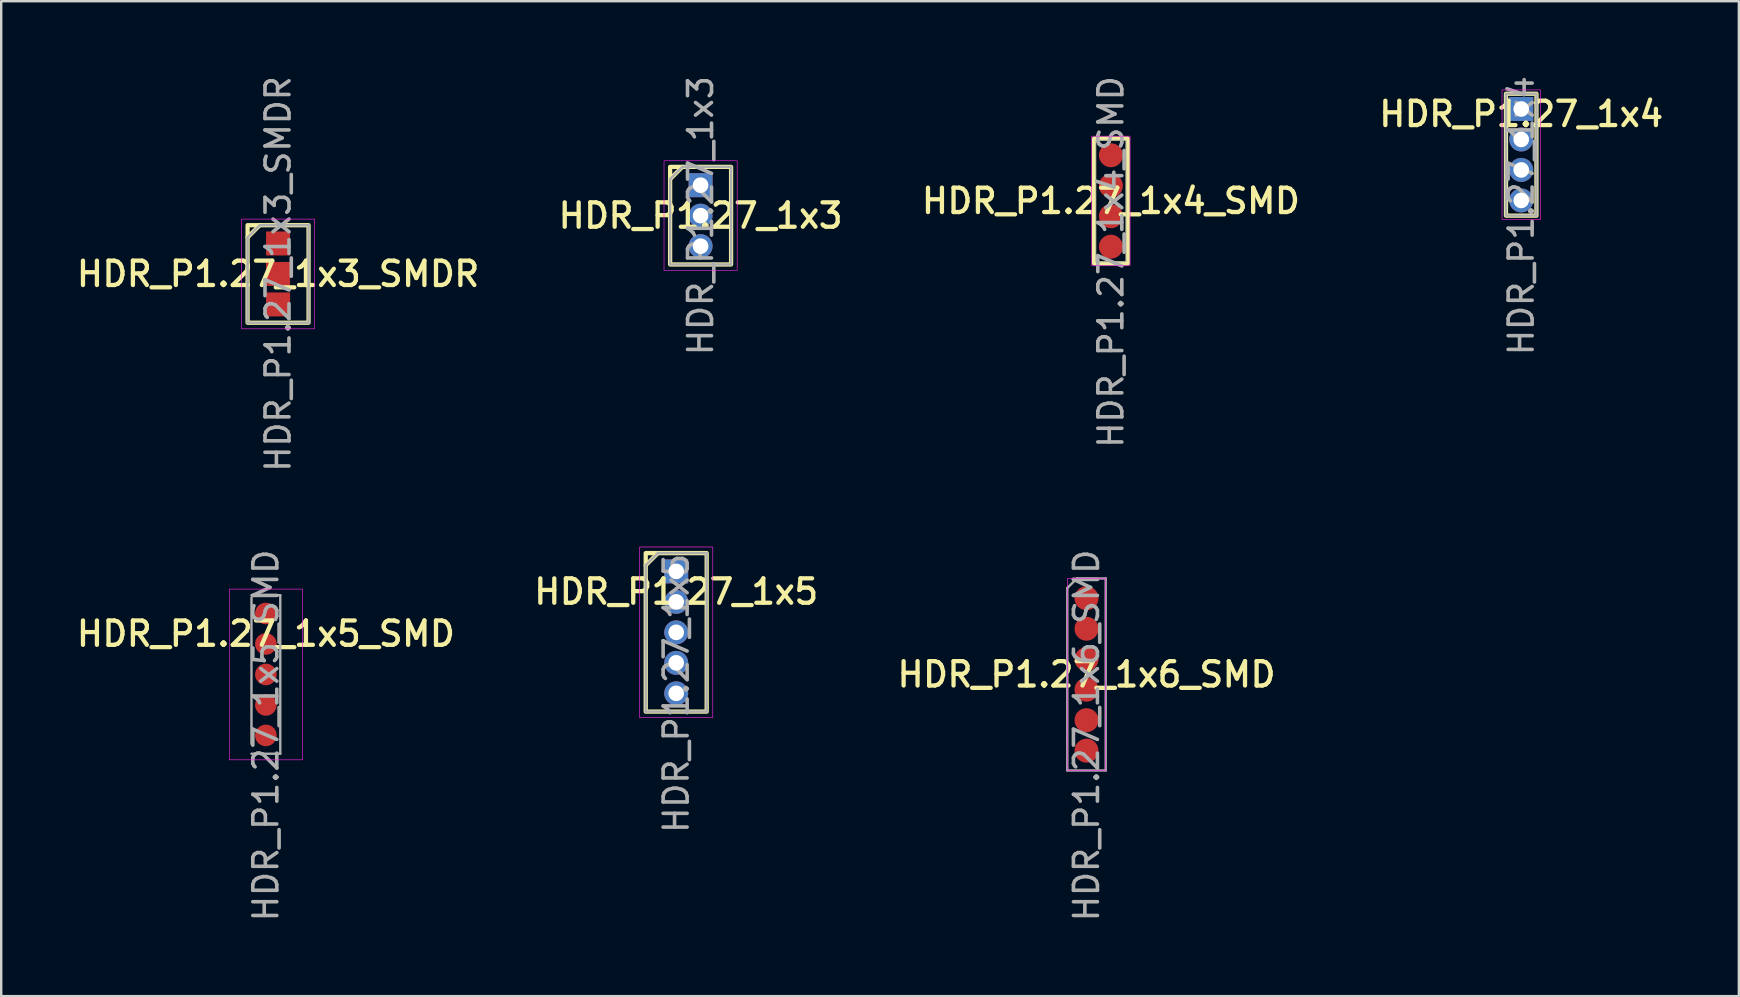
<source format=kicad_pcb>
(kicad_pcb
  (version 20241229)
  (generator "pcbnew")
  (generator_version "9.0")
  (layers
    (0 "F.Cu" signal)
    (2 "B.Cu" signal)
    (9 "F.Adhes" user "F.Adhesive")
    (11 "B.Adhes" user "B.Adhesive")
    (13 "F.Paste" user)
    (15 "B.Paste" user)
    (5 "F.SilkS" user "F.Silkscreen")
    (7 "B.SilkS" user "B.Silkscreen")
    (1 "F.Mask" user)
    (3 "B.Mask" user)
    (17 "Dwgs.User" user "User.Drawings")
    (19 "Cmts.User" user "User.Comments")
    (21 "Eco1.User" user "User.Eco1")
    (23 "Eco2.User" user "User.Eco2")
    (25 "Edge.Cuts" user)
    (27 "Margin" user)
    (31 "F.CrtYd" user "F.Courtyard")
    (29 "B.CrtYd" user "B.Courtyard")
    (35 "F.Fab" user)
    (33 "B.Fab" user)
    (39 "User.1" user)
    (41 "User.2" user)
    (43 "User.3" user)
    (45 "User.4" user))
  (footprint "HDR_P1.27_1x5_SMD"
    (layer "F.Cu")
    (at 8.027 25.049)
    (property "Reference" "HDR_P1.27_1x5_SMD" (at 0 -1.695 0) (layer "F.SilkS") (effects (font (size 1.016 1.016) (thickness 0.178))))
    (attr smd)
    (fp_rect (start -1.524 -3.556) (end 1.524 3.556) (stroke (width 0.025) (type solid)) (fill no) (layer "F.CrtYd"))
    (fp_line (start -0.6 -3.2) (end -0.6 2.896) (stroke (width 0.1) (type solid)) (layer "F.Fab"))
    (fp_line (start -0.6 3.302) (end 0.6 3.302) (stroke (width 0.1) (type solid)) (layer "F.Fab"))
    (fp_line (start 0.6 -3.302) (end -0.6 -3.302) (stroke (width 0.1) (type solid)) (layer "F.Fab"))
    (fp_line (start 0.6 3.302) (end 0.6 -3.302) (stroke (width 0.1) (type solid)) (layer "F.Fab"))
    (fp_text user "${REFERENCE}" (at 0 2.54 90) (layer "F.Fab") (effects (font (size 1 1) (thickness 0.15))))
    (pad "1" smd circle (at 0 -2.54) (size 0.9 0.9) (layers "F.Cu" "F.Mask" "F.Paste"))
    (pad "2" smd circle (at 0 -1.27) (size 0.9 0.9) (layers "F.Cu" "F.Mask" "F.Paste"))
    (pad "3" smd circle (at 0 0) (size 0.9 0.9) (layers "F.Cu" "F.Mask" "F.Paste"))
    (pad "4" smd circle (at 0 1.27) (size 0.9 0.9) (layers "F.Cu" "F.Mask" "F.Paste"))
    (pad "5" smd circle (at 0 2.54) (size 0.9 0.9) (layers "F.Cu" "F.Mask" "F.Paste")))
  (footprint "HDR_P1.27_1x4_SMD"
    (layer "F.Cu")
    (at 43.232 5.323)
    (property "Reference" "HDR_P1.27_1x4_SMD" (at 0 0 0) (layer "F.SilkS") (effects (font (size 1.016 1.016) (thickness 0.178))))
    (attr smd)
    (fp_rect (start -0.7 -2.6) (end 0.7 2.6) (stroke (width 0.178) (type default)) (fill no) (layer "F.SilkS"))
    (fp_rect (start -0.8 -2.7) (end 0.8 2.7) (stroke (width 0.025) (type solid)) (fill no) (layer "F.CrtYd"))
    (fp_rect (start -0.635 -2.54) (end 0.635 2.54) (stroke (width 0.025) (type default)) (fill no) (layer "F.Fab"))
    (fp_text user "${REFERENCE}" (at 0 2.54 90) (layer "F.Fab") (effects (font (size 1 1) (thickness 0.15))))
    (pad "1" smd oval (at 0 -1.905) (size 1 1) (layers "F.Cu" "F.Mask" "F.Paste"))
    (pad "2" smd oval (at 0 -0.635) (size 1 1) (layers "F.Cu" "F.Mask" "F.Paste"))
    (pad "3" smd oval (at 0 0.635) (size 1 1) (layers "F.Cu" "F.Mask" "F.Paste"))
    (pad "4" smd oval (at 0 1.905) (size 1 1) (layers "F.Cu" "F.Mask" "F.Paste")))
  (footprint "HDR_P1.27_1x3_SMDR"
    (layer "F.Cu")
    (at 8.535 8.363)
    (property "Reference" "HDR_P1.27_1x3_SMDR" (at 0 0 0) (layer "F.SilkS") (effects (font (size 1.016 1.016) (thickness 0.178))))
    (attr smd)
    (fp_line (start -1.27 -1.524) (end -0.762 -2.032) (stroke (width 0.178) (type solid)) (layer "F.SilkS"))
    (fp_rect (start -1.27 2.032) (end 1.27 -2.032) (stroke (width 0.178) (type solid)) (fill no) (layer "F.SilkS"))
    (fp_rect (start -1.524 -2.286) (end 1.524 2.286) (stroke (width 0.025) (type solid)) (fill no) (layer "F.CrtYd"))
    (fp_line (start -1.27 -1.524) (end -1.27 2.032) (stroke (width 0.1) (type solid)) (layer "F.Fab"))
    (fp_line (start -1.27 2.032) (end 1.27 2.032) (stroke (width 0.1) (type solid)) (layer "F.Fab"))
    (fp_line (start -0.762 -2.032) (end -1.27 -1.524) (stroke (width 0.1) (type solid)) (layer "F.Fab"))
    (fp_line (start 1.27 -2.032) (end -0.762 -2.032) (stroke (width 0.1) (type solid)) (layer "F.Fab"))
    (fp_line (start 1.27 2.032) (end 1.27 -2.032) (stroke (width 0.1) (type solid)) (layer "F.Fab"))
    (fp_text user "${REFERENCE}" (at 0 0 90) (layer "F.Fab") (effects (font (size 1 1) (thickness 0.15))))
    (pad "1" smd rect (at 0 -1.27) (size 1 1) (layers "F.Cu" "F.Mask" "F.Paste"))
    (pad "2" smd rect (at 0 0) (size 1 1) (layers "F.Cu" "F.Mask" "F.Paste"))
    (pad "3" smd rect (at 0 1.27) (size 1 1) (layers "F.Cu" "F.Mask" "F.Paste")))
  (footprint "HDR_P1.27_1x6_SMD"
    (layer "F.Cu")
    (at 42.216 25.049)
    (property "Reference" "HDR_P1.27_1x6_SMD" (at 0 0 0) (layer "F.SilkS") (effects (font (size 1.016 1.016) (thickness 0.178))))
    (attr smd)
    (fp_rect (start -0.8 -4) (end 0.8 4) (stroke (width 0.025) (type solid)) (fill no) (layer "F.CrtYd"))
    (fp_line (start -0.8 -3.6) (end -0.8 4) (stroke (width 0.1) (type solid)) (layer "F.Fab"))
    (fp_line (start -0.8 4) (end 0.8 4) (stroke (width 0.1) (type solid)) (layer "F.Fab"))
    (fp_line (start -0.4 -4) (end -0.8 -3.6) (stroke (width 0.1) (type solid)) (layer "F.Fab"))
    (fp_line (start 0.8 -4) (end -0.4 -4) (stroke (width 0.1) (type solid)) (layer "F.Fab"))
    (fp_line (start 0.8 4) (end 0.8 -4) (stroke (width 0.1) (type solid)) (layer "F.Fab"))
    (fp_text user "${REFERENCE}" (at 0 2.54 90) (layer "F.Fab") (effects (font (size 1 1) (thickness 0.15))))
    (pad "1" smd oval (at 0 -3.175) (size 1 1) (layers "F.Cu" "F.Mask" "F.Paste"))
    (pad "2" smd oval (at 0 -1.905) (size 1 1) (layers "F.Cu" "F.Mask" "F.Paste"))
    (pad "3" smd oval (at 0 -0.635) (size 1 1) (layers "F.Cu" "F.Mask" "F.Paste"))
    (pad "4" smd oval (at 0 0.635) (size 1 1) (layers "F.Cu" "F.Mask" "F.Paste"))
    (pad "5" smd oval (at 0 1.905) (size 1 1) (layers "F.Cu" "F.Mask" "F.Paste"))
    (pad "6" smd oval (at 0 3.175) (size 1 1) (layers "F.Cu" "F.Mask" "F.Paste")))
  (footprint "HDR_P1.27_1x5"
    (layer "F.Cu")
    (at 25.122 23.295)
    (property "Reference" "HDR_P1.27_1x5" (at 0 -1.695 0) (layer "F.SilkS") (effects (font (size 1.016 1.016) (thickness 0.178))))
    (attr through_hole)
    (fp_line (start -1.27 -2.794) (end -0.762 -3.302) (stroke (width 0.178) (type solid)) (layer "F.SilkS"))
    (fp_rect (start -1.27 3.302) (end 1.27 -3.302) (stroke (width 0.178) (type solid)) (fill no) (layer "F.SilkS"))
    (fp_rect (start -1.524 -3.556) (end 1.524 3.556) (stroke (width 0.025) (type solid)) (fill no) (layer "F.CrtYd"))
    (fp_line (start -1.27 -2.794) (end -1.27 3.302) (stroke (width 0.1) (type solid)) (layer "F.Fab"))
    (fp_line (start -1.27 3.302) (end 1.27 3.302) (stroke (width 0.1) (type solid)) (layer "F.Fab"))
    (fp_line (start -0.762 -3.302) (end -1.27 -2.794) (stroke (width 0.1) (type solid)) (layer "F.Fab"))
    (fp_line (start 1.27 -3.302) (end -0.762 -3.302) (stroke (width 0.1) (type solid)) (layer "F.Fab"))
    (fp_line (start 1.27 3.302) (end 1.27 -3.302) (stroke (width 0.1) (type solid)) (layer "F.Fab"))
    (fp_text user "${REFERENCE}" (at 0 2.54 90) (layer "F.Fab") (effects (font (size 1 1) (thickness 0.15))))
    (pad "1" thru_hole rect (at 0 -2.54) (size 1 1) (drill 0.65) (layers "*.Cu" "*.Mask"))
    (pad "2" thru_hole oval (at 0 -1.27) (size 1 1) (drill 0.65) (layers "*.Cu" "*.Mask"))
    (pad "3" thru_hole oval (at 0 0) (size 1 1) (drill 0.65) (layers "*.Cu" "*.Mask"))
    (pad "4" thru_hole oval (at 0 1.27) (size 1 1) (drill 0.65) (layers "*.Cu" "*.Mask"))
    (pad "5" thru_hole oval (at 0 2.54) (size 1 1) (drill 0.65) (layers "*.Cu" "*.Mask")))
  (footprint "HDR_P1.27_1x4"
    (layer "F.Cu")
    (at 60.327 3.395)
    (property "Reference" "HDR_P1.27_1x4" (at 0 -1.695 0) (layer "F.SilkS") (effects (font (size 1.016 1.016) (thickness 0.178))))
    (attr through_hole)
    (fp_rect (start -0.635 2.54) (end 0.635 -2.54) (stroke (width 0.178) (type solid)) (fill no) (layer "F.SilkS"))
    (fp_rect (start -0.8 -2.7) (end 0.8 2.7) (stroke (width 0.025) (type solid)) (fill no) (layer "F.CrtYd"))
    (fp_rect (start -0.635 -2.54) (end 0.635 2.54) (stroke (width 0.1) (type solid)) (fill no) (layer "F.Fab"))
    (fp_text user "${REFERENCE}" (at 0 2.54 90) (layer "F.Fab") (effects (font (size 1 1) (thickness 0.15))))
    (pad "1" thru_hole rect (at 0 -1.905) (size 1 1) (drill 0.65) (layers "*.Cu" "*.Mask"))
    (pad "2" thru_hole oval (at 0 -0.635) (size 1 1) (drill 0.65) (layers "*.Cu" "*.Mask"))
    (pad "3" thru_hole oval (at 0 0.635) (size 1 1) (drill 0.65) (layers "*.Cu" "*.Mask"))
    (pad "4" thru_hole oval (at 0 1.905) (size 1 1) (drill 0.65) (layers "*.Cu" "*.Mask")))
  (footprint "HDR_P1.27_1x3"
    (layer "F.Cu")
    (at 26.138 5.935)
    (property "Reference" "HDR_P1.27_1x3" (at 0 0 0) (layer "F.SilkS") (effects (font (size 1.016 1.016) (thickness 0.178))))
    (attr through_hole)
    (fp_line (start -1.27 -1.524) (end -0.762 -2.032) (stroke (width 0.178) (type solid)) (layer "F.SilkS"))
    (fp_rect (start -1.27 2.032) (end 1.27 -2.032) (stroke (width 0.178) (type solid)) (fill no) (layer "F.SilkS"))
    (fp_rect (start -1.524 -2.286) (end 1.524 2.286) (stroke (width 0.025) (type solid)) (fill no) (layer "F.CrtYd"))
    (fp_line (start -1.27 -1.524) (end -1.27 2.032) (stroke (width 0.1) (type solid)) (layer "F.Fab"))
    (fp_line (start -1.27 2.032) (end 1.27 2.032) (stroke (width 0.1) (type solid)) (layer "F.Fab"))
    (fp_line (start -0.762 -2.032) (end -1.27 -1.524) (stroke (width 0.1) (type solid)) (layer "F.Fab"))
    (fp_line (start 1.27 -2.032) (end -0.762 -2.032) (stroke (width 0.1) (type solid)) (layer "F.Fab"))
    (fp_line (start 1.27 2.032) (end 1.27 -2.032) (stroke (width 0.1) (type solid)) (layer "F.Fab"))
    (fp_text user "${REFERENCE}" (at 0 0 90) (layer "F.Fab") (effects (font (size 1 1) (thickness 0.15))))
    (pad "1" thru_hole rect (at 0 -1.27) (size 1 1) (drill 0.65) (layers "*.Cu" "*.Mask"))
    (pad "2" thru_hole oval (at 0 0) (size 1 1) (drill 0.65) (layers "*.Cu" "*.Mask"))
    (pad "3" thru_hole oval (at 0 1.27) (size 1 1) (drill 0.65) (layers "*.Cu" "*.Mask")))
  (gr_rect
    (start -3 -3)
    (end 69.394 38.452)
    (stroke (width 0.1) (type default))
    (fill no)
    (layer "Edge.Cuts")))
</source>
